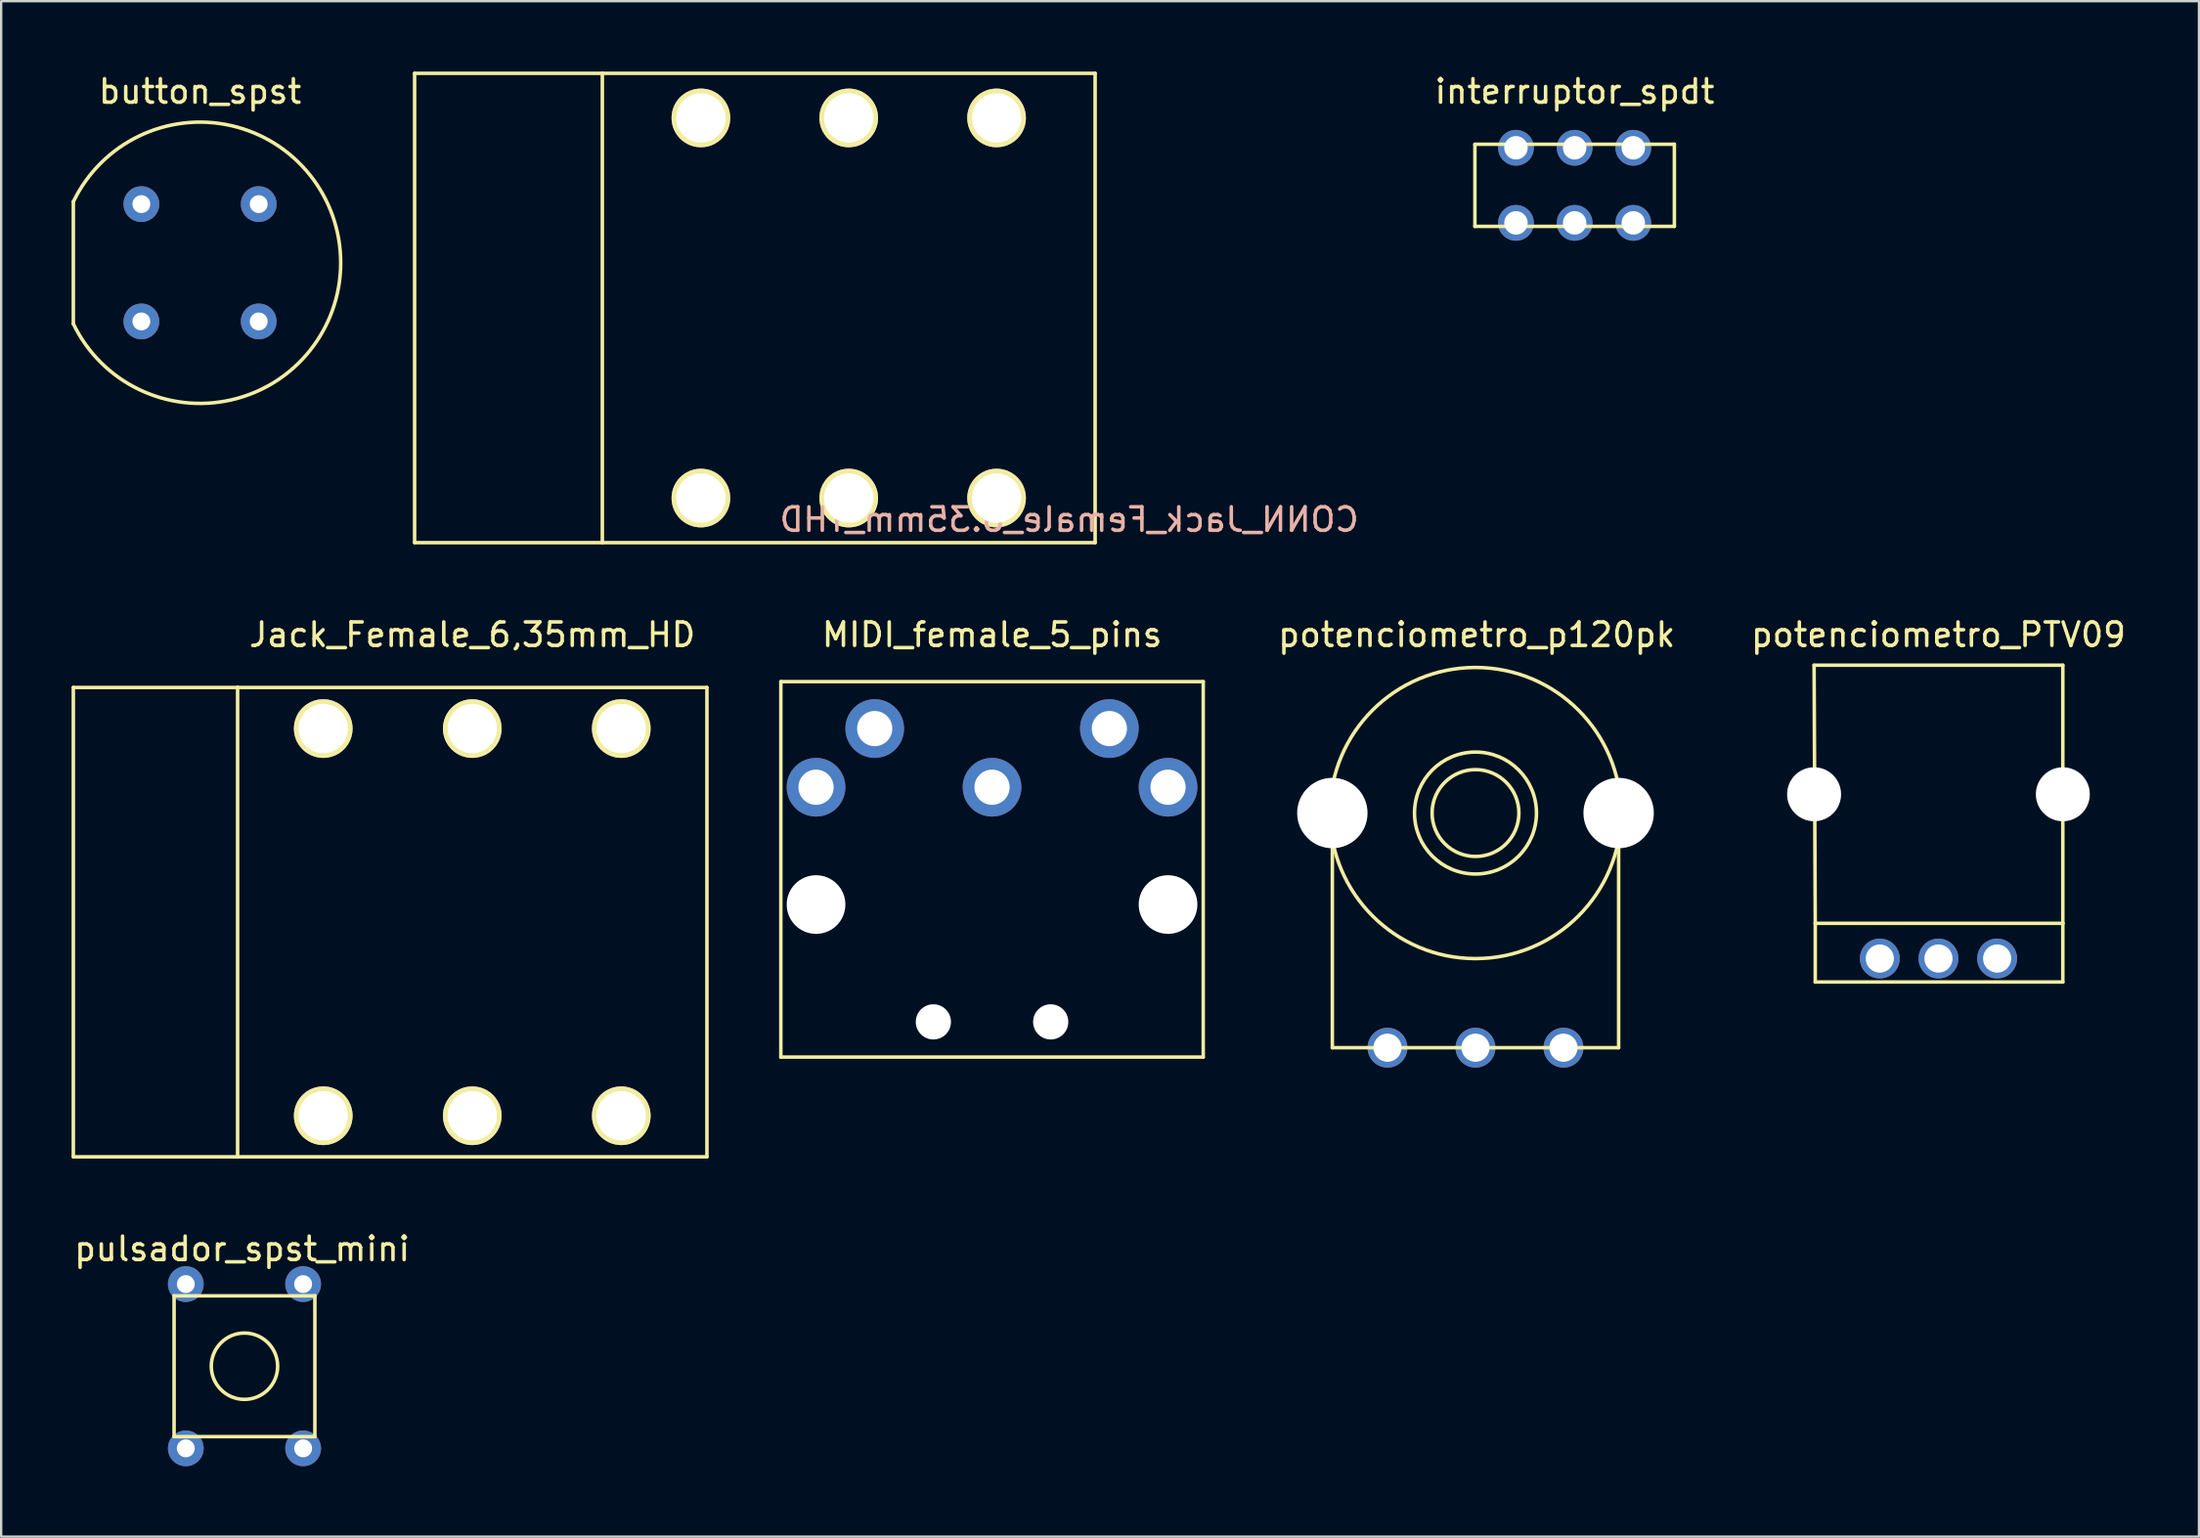
<source format=kicad_pcb>
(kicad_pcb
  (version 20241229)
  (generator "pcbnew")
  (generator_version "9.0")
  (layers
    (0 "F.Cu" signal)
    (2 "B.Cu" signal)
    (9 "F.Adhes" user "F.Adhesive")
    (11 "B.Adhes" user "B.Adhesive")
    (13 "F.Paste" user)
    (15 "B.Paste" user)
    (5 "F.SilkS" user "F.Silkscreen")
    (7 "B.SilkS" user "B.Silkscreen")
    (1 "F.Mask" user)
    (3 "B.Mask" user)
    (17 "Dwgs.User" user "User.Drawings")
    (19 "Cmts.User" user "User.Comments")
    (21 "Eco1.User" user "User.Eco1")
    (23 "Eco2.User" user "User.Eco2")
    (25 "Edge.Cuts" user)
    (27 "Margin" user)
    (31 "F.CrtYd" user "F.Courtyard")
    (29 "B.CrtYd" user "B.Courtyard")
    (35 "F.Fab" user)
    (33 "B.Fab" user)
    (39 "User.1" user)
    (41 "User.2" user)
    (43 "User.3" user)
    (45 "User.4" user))
  (footprint "Jack_Female_6,35mm_HD"
    (layer "F.Cu")
    (at 17.075 36.248)
    (property "Reference" "Jack_Female_6,35mm_HD" (at 0 -12.25 0) (layer "F.SilkS") (effects (font (size 1 1) (thickness 0.15))))
    (attr through_hole)
    (fp_line (start -17 -10) (end -17 10) (stroke (width 0.15) (type solid)) (layer "F.SilkS"))
    (fp_line (start -17 10) (end -10 10) (stroke (width 0.15) (type solid)) (layer "F.SilkS"))
    (fp_line (start -10 -10) (end -17 -10) (stroke (width 0.15) (type solid)) (layer "F.SilkS"))
    (fp_line (start -10 -10) (end 10 -10) (stroke (width 0.15) (type solid)) (layer "F.SilkS"))
    (fp_line (start -10 10) (end -10 -10) (stroke (width 0.15) (type solid)) (layer "F.SilkS"))
    (fp_line (start 10 -10) (end 10 10) (stroke (width 0.15) (type solid)) (layer "F.SilkS"))
    (fp_line (start 10 10) (end -10 10) (stroke (width 0.15) (type solid)) (layer "F.SilkS"))
    (pad "1" thru_hole circle (at 6.35 8.25) (size 2.5 2.5) (drill 2.1) (layers "*.Cu" "*.Mask" "F.SilkS"))
    (pad "2" thru_hole circle (at 0 8.25) (size 2.5 2.5) (drill 2.1) (layers "*.Cu" "*.Mask" "F.SilkS"))
    (pad "3" thru_hole circle (at -6.35 8.25) (size 2.5 2.5) (drill 2.1) (layers "*.Cu" "*.Mask" "F.SilkS"))
    (pad "4" thru_hole circle (at 6.35 -8.25) (size 2.5 2.5) (drill 2.1) (layers "*.Cu" "*.Mask" "F.SilkS"))
    (pad "5" thru_hole circle (at 0 -8.25) (size 2.5 2.5) (drill 2.1) (layers "*.Cu" "*.Mask" "F.SilkS"))
    (pad "6" thru_hole circle (at -6.35 -8.25) (size 2.5 2.5) (drill 2.1) (layers "*.Cu" "*.Mask" "F.SilkS")))
  (footprint "pulsador_spst_mini"
    (layer "F.Cu")
    (at 7.368 55.172)
    (property "Reference" "pulsador_spst_mini" (at -0.1 -5 0) (layer "F.SilkS") (effects (font (size 1 1) (thickness 0.15))))
    (attr through_hole)
    (fp_line (start -3 -3) (end -3 3) (stroke (width 0.15) (type solid)) (layer "F.SilkS"))
    (fp_line (start -3 3) (end 3 3) (stroke (width 0.15) (type solid)) (layer "F.SilkS"))
    (fp_line (start 3 -3) (end -3 -3) (stroke (width 0.15) (type solid)) (layer "F.SilkS"))
    (fp_line (start 3 3) (end 3 -3) (stroke (width 0.15) (type solid)) (layer "F.SilkS"))
    (fp_circle (center 0 0) (end 1 -1) (stroke (width 0.15) (type solid)) (fill no) (layer "F.SilkS"))
    (pad "1" thru_hole circle (at -2.5 -3.5) (size 1.524 1.524) (drill 0.762) (layers "*.Cu" "*.Mask"))
    (pad "1" thru_hole circle (at -2.5 3.5) (size 1.524 1.524) (drill 0.762) (layers "*.Cu" "*.Mask"))
    (pad "2" thru_hole circle (at 2.5 -3.5) (size 1.524 1.524) (drill 0.762) (layers "*.Cu" "*.Mask"))
    (pad "2" thru_hole circle (at 2.5 3.5) (size 1.524 1.524) (drill 0.762) (layers "*.Cu" "*.Mask")))
  (footprint "potenciometro_PTV09"
    (layer "F.Cu")
    (at 79.556 37.798)
    (property "Reference" "potenciometro_PTV09" (at 0 -13.8 0) (layer "F.SilkS") (effects (font (size 1 1) (thickness 0.15))))
    (attr through_hole)
    (fp_line (start -5.3 -12.5) (end -5.25 -1.5) (stroke (width 0.15) (type solid)) (layer "F.SilkS"))
    (fp_line (start -5.25 -1.5) (end -5.25 1) (stroke (width 0.15) (type solid)) (layer "F.SilkS"))
    (fp_line (start -5.25 -1.5) (end 5.3 -1.5) (stroke (width 0.15) (type solid)) (layer "F.SilkS"))
    (fp_line (start -5.25 1) (end 5.3 1) (stroke (width 0.15) (type solid)) (layer "F.SilkS"))
    (fp_line (start 5.3 -12.5) (end -5.3 -12.5) (stroke (width 0.15) (type solid)) (layer "F.SilkS"))
    (fp_line (start 5.3 -7) (end 5.3 -12.5) (stroke (width 0.15) (type solid)) (layer "F.SilkS"))
    (fp_line (start 5.3 -1.5) (end 5.3 -7) (stroke (width 0.15) (type solid)) (layer "F.SilkS"))
    (fp_line (start 5.3 1) (end 5.3 -1.5) (stroke (width 0.15) (type solid)) (layer "F.SilkS"))
    (pad "" np_thru_hole circle (at -5.3 -7) (size 2.3 2.3) (drill 2.3) (layers "*.Cu" "*.Mask"))
    (pad "" np_thru_hole circle (at 5.3 -7) (size 2.3 2.3) (drill 2.3) (layers "*.Cu" "*.Mask"))
    (pad "1" thru_hole circle (at -2.5 0) (size 1.7 1.7) (drill 1.2) (layers "*.Cu" "*.Mask"))
    (pad "2" thru_hole circle (at 0 0) (size 1.7 1.7) (drill 1.2) (layers "*.Cu" "*.Mask"))
    (pad "3" thru_hole circle (at 2.5 0) (size 1.7 1.7) (drill 1.2) (layers "*.Cu" "*.Mask")))
  (footprint "interruptor_spdt"
    (layer "F.Cu")
    (at 64.052 4.848)
    (property "Reference" "interruptor_spdt" (at 0 -4 0) (layer "F.SilkS") (effects (font (size 1 1) (thickness 0.15))))
    (attr through_hole)
    (fp_line (start -4.25 -1.75) (end 0 -1.75) (stroke (width 0.15) (type solid)) (layer "F.SilkS"))
    (fp_line (start -4.25 1.75) (end -4.25 -1.75) (stroke (width 0.15) (type solid)) (layer "F.SilkS"))
    (fp_line (start 0 -1.75) (end 4.25 -1.75) (stroke (width 0.15) (type solid)) (layer "F.SilkS"))
    (fp_line (start 4.25 -1.75) (end 4.25 1.75) (stroke (width 0.15) (type solid)) (layer "F.SilkS"))
    (fp_line (start 4.25 1.75) (end -4.25 1.75) (stroke (width 0.15) (type solid)) (layer "F.SilkS"))
    (pad "1" thru_hole circle (at -2.5 -1.6) (size 1.524 1.524) (drill 1) (layers "*.Cu" "*.Mask"))
    (pad "2" thru_hole circle (at 0 -1.6) (size 1.524 1.524) (drill 1) (layers "*.Cu" "*.Mask"))
    (pad "3" thru_hole circle (at 2.5 -1.6) (size 1.524 1.524) (drill 1) (layers "*.Cu" "*.Mask"))
    (pad "4" thru_hole circle (at -2.5 1.6) (size 1.524 1.524) (drill 1) (layers "*.Cu" "*.Mask"))
    (pad "5" thru_hole circle (at 0 1.6) (size 1.524 1.524) (drill 1) (layers "*.Cu" "*.Mask"))
    (pad "6" thru_hole circle (at 2.5 1.6) (size 1.524 1.524) (drill 1) (layers "*.Cu" "*.Mask")))
  (footprint "MIDI_female_5_pins"
    (layer "F.Cu")
    (at 39.225 32.998)
    (property "Reference" "MIDI_female_5_pins" (at 0 -9 0) (layer "F.SilkS") (effects (font (size 1 1) (thickness 0.15))))
    (attr through_hole)
    (fp_line (start -9 -7) (end 9 -7) (stroke (width 0.15) (type solid)) (layer "F.SilkS"))
    (fp_line (start -9 9) (end -9 -7) (stroke (width 0.15) (type solid)) (layer "F.SilkS"))
    (fp_line (start 9 -7) (end 9 9) (stroke (width 0.15) (type solid)) (layer "F.SilkS"))
    (fp_line (start 9 9) (end -9 9) (stroke (width 0.15) (type solid)) (layer "F.SilkS"))
    (pad "" np_thru_hole circle (at -7.5 2.5) (size 2.5 2.5) (drill 2.5) (layers "*.Cu" "*.Mask"))
    (pad "" np_thru_hole circle (at -2.5 7.5) (size 1.5 1.5) (drill 1.5) (layers "*.Cu" "*.Mask"))
    (pad "" np_thru_hole circle (at 2.5 7.5) (size 1.5 1.5) (drill 1.5) (layers "*.Cu" "*.Mask"))
    (pad "" np_thru_hole circle (at 7.5 2.5) (size 2.5 2.5) (drill 2.5) (layers "*.Cu" "*.Mask"))
    (pad "1" thru_hole circle (at 7.5 -2.5) (size 2.5 2.5) (drill 1.5) (layers "*.Cu" "*.Mask"))
    (pad "2" thru_hole circle (at 0 -2.5) (size 2.5 2.5) (drill 1.5) (layers "*.Cu" "*.Mask"))
    (pad "3" thru_hole circle (at -7.5 -2.5) (size 2.5 2.5) (drill 1.5) (layers "*.Cu" "*.Mask"))
    (pad "4" thru_hole circle (at 5 -5) (size 2.5 2.5) (drill 1.5) (layers "*.Cu" "*.Mask"))
    (pad "5" thru_hole circle (at -5 -5) (size 2.5 2.5) (drill 1.5) (layers "*.Cu" "*.Mask")))
  (footprint "CONN_Jack_Female_6.35mm_THD"
    (layer "F.Cu")
    (at 33.118 10.075)
    (property "Reference" "CONN_Jack_Female_6.35mm_THD" (at 9.398 9.017 0) (layer "B.SilkS") (effects (font (size 1 1) (thickness 0.15)) (justify mirror)))
    (attr through_hole)
    (fp_line (start -18.5 -10) (end -10.5 -10) (stroke (width 0.15) (type solid)) (layer "F.SilkS"))
    (fp_line (start -18.5 10) (end -18.5 -10) (stroke (width 0.15) (type solid)) (layer "F.SilkS"))
    (fp_line (start -10.5 -10) (end -10.5 10) (stroke (width 0.15) (type solid)) (layer "F.SilkS"))
    (fp_line (start -10.5 10) (end -18.5 10) (stroke (width 0.15) (type solid)) (layer "F.SilkS"))
    (fp_line (start -10.5 10) (end 10.5 10) (stroke (width 0.15) (type solid)) (layer "F.SilkS"))
    (fp_line (start 10.5 -10) (end -10.5 -10) (stroke (width 0.15) (type solid)) (layer "F.SilkS"))
    (fp_line (start 10.5 10) (end 10.5 -10) (stroke (width 0.15) (type solid)) (layer "F.SilkS"))
    (pad "1" thru_hole circle (at 6.3 8.1) (size 2.5 2.5) (drill 2.1) (layers "*.Cu" "*.Mask" "F.SilkS"))
    (pad "2" thru_hole circle (at 0 8.1) (size 2.5 2.5) (drill 2.1) (layers "*.Cu" "*.Mask" "F.SilkS"))
    (pad "3" thru_hole circle (at -6.3 8.1) (size 2.5 2.5) (drill 2.1) (layers "*.Cu" "*.Mask" "F.SilkS"))
    (pad "4" thru_hole circle (at 6.3 -8.1) (size 2.5 2.5) (drill 2.1) (layers "*.Cu" "*.Mask" "F.SilkS"))
    (pad "5" thru_hole circle (at 0 -8.1) (size 2.5 2.5) (drill 2.1) (layers "*.Cu" "*.Mask" "F.SilkS"))
    (pad "6" thru_hole circle (at -6.3 -8.1) (size 2.5 2.5) (drill 2.1) (layers "*.Cu" "*.Mask" "F.SilkS")))
  (footprint "button_spst"
    (layer "F.Cu")
    (at 5.475 8.148)
    (property "Reference" "button_spst" (at 0 -7.3 0) (layer "F.SilkS") (effects (font (size 1 1) (thickness 0.15))))
    (attr through_hole)
    (fp_line (start -5.4 -2.6) (end -5.4 2.6) (stroke (width 0.15) (type solid)) (layer "F.SilkS"))
    (fp_arc (start -5.4 -2.6) (mid 5.99333 0) (end -5.4 2.6) (stroke (width 0.15) (type solid)) (layer "F.SilkS"))
    (pad "1" thru_hole circle (at -2.5 2.5) (size 1.524 1.524) (drill 0.762) (layers "*.Cu" "*.Mask"))
    (pad "1" thru_hole circle (at 2.5 2.5) (size 1.524 1.524) (drill 0.762) (layers "*.Cu" "*.Mask"))
    (pad "2" thru_hole circle (at -2.5 -2.5) (size 1.524 1.524) (drill 0.762) (layers "*.Cu" "*.Mask"))
    (pad "2" thru_hole circle (at 2.5 -2.5) (size 1.524 1.524) (drill 0.762) (layers "*.Cu" "*.Mask")))
  (footprint "potenciometro_p120pk"
    (layer "F.Cu")
    (at 59.827 36.598)
    (property "Reference" "potenciometro_p120pk" (at 0.05 -12.6 0) (layer "F.SilkS") (effects (font (size 1 1) (thickness 0.15))))
    (attr through_hole)
    (fp_line (start -6.1 -5) (end -6.1 5) (stroke (width 0.15) (type solid)) (layer "F.SilkS"))
    (fp_line (start -6.1 5) (end 6.1 5) (stroke (width 0.15) (type solid)) (layer "F.SilkS"))
    (fp_line (start 6.1 5) (end 6.1 -3.75) (stroke (width 0.15) (type solid)) (layer "F.SilkS"))
    (fp_circle (center 0 -5) (end -6.2 -5.2) (stroke (width 0.15) (type solid)) (fill no) (layer "F.SilkS"))
    (fp_circle (center 0 -5) (end 1.75 -5.6) (stroke (width 0.15) (type solid)) (fill no) (layer "F.SilkS"))
    (fp_circle (center 0 -5) (end 2.25 -3.7) (stroke (width 0.15) (type solid)) (fill no) (layer "F.SilkS"))
    (pad "" np_thru_hole circle (at -6.1 -5) (size 3 3) (drill 3) (layers "*.Cu" "*.Mask"))
    (pad "" np_thru_hole circle (at 6.1 -5) (size 3 3) (drill 3) (layers "*.Cu" "*.Mask"))
    (pad "3" thru_hole circle (at 0 5) (size 1.7 1.7) (drill 1.2) (layers "*.Cu" "*.Mask"))
    (pad "4" thru_hole circle (at 3.75 5) (size 1.7 1.7) (drill 1.2) (layers "*.Cu" "*.Mask"))
    (pad "5" thru_hole circle (at -3.75 5) (size 1.7 1.7) (drill 1.2) (layers "*.Cu" "*.Mask")))
  (gr_rect
    (start -3 -3)
    (end 90.657 62.434)
    (stroke (width 0.1) (type default))
    (fill no)
    (layer "Edge.Cuts")))
</source>
